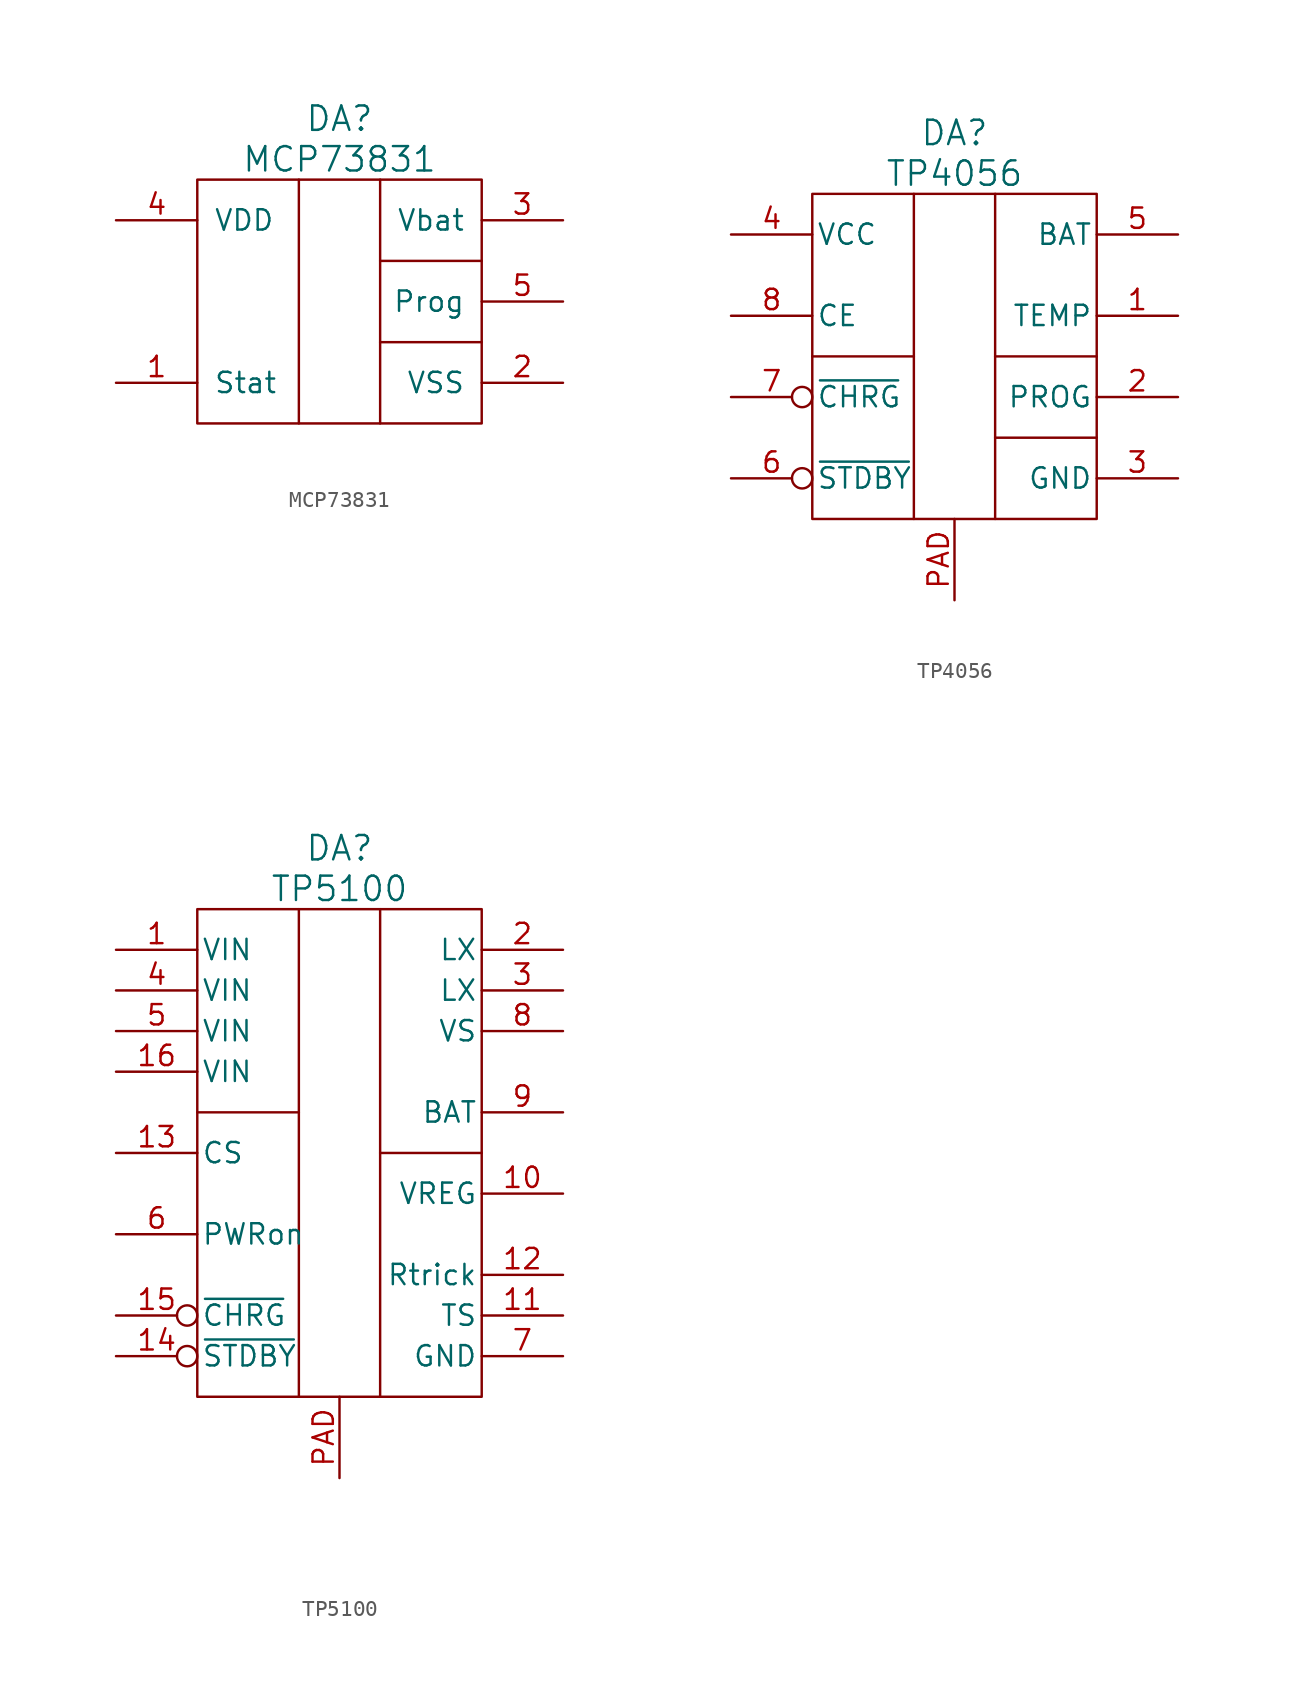
<source format=kicad_sym>
(kicad_symbol_lib
  (version 20220914)
  (generator kicad_symbol_editor)
  (symbol "MCP73831"
    (pin_names
      (offset 1.016))
    (property "Reference" "DA"
      (at 0 11.43 0)
      (effects (font (size 1.524 1.524))))
    (property "Value" "MCP73831"
      (at 0 8.89 0)
      (effects (font (size 1.524 1.524))))
    (property "Datasheet" ""
      (at 0 -8.89 0)
      (effects (font (size 1.524 1.524))))
    (symbol "MCP73831_0_1"
      (rectangle (start -8.89 7.62) (end 8.89 -7.62) (stroke (width 0) (type solid)) (fill (type none)))
      (polyline (pts (xy 2.54 -2.54) (xy 8.89 -2.54)) (stroke (width 0) (type solid)) (fill (type none)))
      (polyline (pts (xy -2.54 7.62) (xy -2.54 -6.35) (xy -2.54 -7.62)) (stroke (width 0) (type solid)) (fill (type none)))
      (polyline (pts (xy 8.89 2.54) (xy 2.54 2.54) (xy 2.54 2.54)) (stroke (width 0) (type solid)) (fill (type none)))
      (polyline (pts (xy 2.54 -7.62) (xy 2.54 7.62) (xy 2.54 7.62) (xy 2.54 7.62)) (stroke (width 0) (type solid)) (fill (type none))))
    (symbol "MCP73831_1_1"
      (pin passive line (at -13.97 -5.08 0) (length 5.08) (name "Stat" (effects (font (size 1.27 1.27)))) (number "1" (effects (font (size 1.27 1.27)))))
      (pin power_in line (at 13.97 -5.08 180) (length 5.08) (name "VSS" (effects (font (size 1.27 1.27)))) (number "2" (effects (font (size 1.27 1.27)))))
      (pin passive line (at 13.97 5.08 180) (length 5.08) (name "Vbat" (effects (font (size 1.27 1.27)))) (number "3" (effects (font (size 1.27 1.27)))))
      (pin power_in line (at -13.97 5.08 0) (length 5.08) (name "VDD" (effects (font (size 1.27 1.27)))) (number "4" (effects (font (size 1.27 1.27)))))
      (pin passive line (at 13.97 0 180) (length 5.08) (name "Prog" (effects (font (size 1.27 1.27)))) (number "5" (effects (font (size 1.27 1.27)))))))
  (symbol "TP4056"
    (pin_names
      (offset 0.254))
    (property "Reference" "DA"
      (at 0 13.97 0)
      (effects (font (size 1.524 1.524))))
    (property "Value" "TP4056"
      (at 0 11.43 0)
      (effects (font (size 1.524 1.524))))
    (property "Datasheet" ""
      (at 5.08 -11.43 0)
      (effects (font (size 1.524 1.524))))
    (symbol "TP4056_0_1"
      (rectangle (start -8.89 10.16) (end 8.89 -10.16) (stroke (width 0) (type solid)) (fill (type none)))
      (polyline (pts (xy 2.54 -5.08) (xy 8.89 -5.08)) (stroke (width 0) (type solid)) (fill (type none)))
      (polyline (pts (xy 2.54 0) (xy 8.89 0)) (stroke (width 0) (type solid)) (fill (type none)))
      (polyline (pts (xy -2.54 0) (xy -8.89 0) (xy -8.89 0)) (stroke (width 0) (type solid)) (fill (type none)))
      (polyline (pts (xy -2.54 10.16) (xy -2.54 -3.81) (xy -2.54 -10.16)) (stroke (width 0) (type solid)) (fill (type none)))
      (polyline (pts (xy 2.54 -10.16) (xy 2.54 10.16) (xy 2.54 10.16) (xy 2.54 10.16)) (stroke (width 0) (type solid)) (fill (type none))))
    (symbol "TP4056_1_1"
      (pin passive line (at 13.97 2.54 180) (length 5.08) (name "TEMP" (effects (font (size 1.27 1.27)))) (number "1" (effects (font (size 1.27 1.27)))))
      (pin passive line (at 13.97 -2.54 180) (length 5.08) (name "PROG" (effects (font (size 1.27 1.27)))) (number "2" (effects (font (size 1.27 1.27)))))
      (pin power_in line (at 13.97 -7.62 180) (length 5.08) (name "GND" (effects (font (size 1.27 1.27)))) (number "3" (effects (font (size 1.27 1.27)))))
      (pin power_in line (at -13.97 7.62 0) (length 5.08) (name "VCC" (effects (font (size 1.27 1.27)))) (number "4" (effects (font (size 1.27 1.27)))))
      (pin passive line (at 13.97 7.62 180) (length 5.08) (name "BAT" (effects (font (size 1.27 1.27)))) (number "5" (effects (font (size 1.27 1.27)))))
      (pin passive inverted (at -13.97 -7.62 0) (length 5.08) (name "~{STDBY}" (effects (font (size 1.27 1.27)))) (number "6" (effects (font (size 1.27 1.27)))))
      (pin passive inverted (at -13.97 -2.54 0) (length 5.08) (name "~{CHRG}" (effects (font (size 1.27 1.27)))) (number "7" (effects (font (size 1.27 1.27)))))
      (pin passive line (at -13.97 2.54 0) (length 5.08) (name "CE" (effects (font (size 1.27 1.27)))) (number "8" (effects (font (size 1.27 1.27)))))
      (pin passive line (at 0 -15.24 90) (length 5.08) (name "~" (effects (font (size 1.27 1.27)))) (number "PAD" (effects (font (size 1.27 1.27)))))))
  (symbol "TP5100"
    (pin_names
      (offset 0.254))
    (property "Reference" "DA"
      (at 0 19.05 0)
      (effects (font (size 1.524 1.524))))
    (property "Value" "TP5100"
      (at 0 16.51 0)
      (effects (font (size 1.524 1.524))))
    (property "Datasheet" ""
      (at 5.08 -22.86 0)
      (effects (font (size 1.524 1.524))))
    (symbol "TP5100_0_1"
      (rectangle (start -8.89 15.24) (end 8.89 -15.24) (stroke (width 0) (type solid)) (fill (type none)))
      (polyline (pts (xy -2.54 2.54) (xy -8.89 2.54) (xy -8.89 2.54)) (stroke (width 0) (type solid)) (fill (type none)))
      (polyline (pts (xy -2.54 15.24) (xy -2.54 1.27) (xy -2.54 -15.24)) (stroke (width 0) (type solid)) (fill (type none)))
      (polyline (pts (xy 8.89 0) (xy 2.54 0) (xy 2.54 0)) (stroke (width 0) (type solid)) (fill (type none)))
      (polyline (pts (xy 2.54 -15.24) (xy 2.54 15.24) (xy 2.54 15.24) (xy 2.54 15.24)) (stroke (width 0) (type solid)) (fill (type none))))
    (symbol "TP5100_1_1"
      (pin power_in line (at -13.97 12.7 0) (length 5.08) (name "VIN" (effects (font (size 1.27 1.27)))) (number "1" (effects (font (size 1.27 1.27)))))
      (pin passive line (at 13.97 -2.54 180) (length 5.08) (name "VREG" (effects (font (size 1.27 1.27)))) (number "10" (effects (font (size 1.27 1.27)))))
      (pin passive line (at 13.97 -10.16 180) (length 5.08) (name "TS" (effects (font (size 1.27 1.27)))) (number "11" (effects (font (size 1.27 1.27)))))
      (pin passive line (at 13.97 -7.62 180) (length 5.08) (name "Rtrick" (effects (font (size 1.27 1.27)))) (number "12" (effects (font (size 1.27 1.27)))))
      (pin passive line (at -13.97 0 0) (length 5.08) (name "CS" (effects (font (size 1.27 1.27)))) (number "13" (effects (font (size 1.27 1.27)))))
      (pin passive inverted (at -13.97 -12.7 0) (length 5.08) (name "~{STDBY}" (effects (font (size 1.27 1.27)))) (number "14" (effects (font (size 1.27 1.27)))))
      (pin passive inverted (at -13.97 -10.16 0) (length 5.08) (name "~{CHRG}" (effects (font (size 1.27 1.27)))) (number "15" (effects (font (size 1.27 1.27)))))
      (pin power_in line (at -13.97 5.08 0) (length 5.08) (name "VIN" (effects (font (size 1.27 1.27)))) (number "16" (effects (font (size 1.27 1.27)))))
      (pin passive line (at 13.97 12.7 180) (length 5.08) (name "LX" (effects (font (size 1.27 1.27)))) (number "2" (effects (font (size 1.27 1.27)))))
      (pin passive line (at 13.97 10.16 180) (length 5.08) (name "LX" (effects (font (size 1.27 1.27)))) (number "3" (effects (font (size 1.27 1.27)))))
      (pin power_in line (at -13.97 10.16 0) (length 5.08) (name "VIN" (effects (font (size 1.27 1.27)))) (number "4" (effects (font (size 1.27 1.27)))))
      (pin power_in line (at -13.97 7.62 0) (length 5.08) (name "VIN" (effects (font (size 1.27 1.27)))) (number "5" (effects (font (size 1.27 1.27)))))
      (pin passive line (at -13.97 -5.08 0) (length 5.08) (name "PWRon" (effects (font (size 1.27 1.27)))) (number "6" (effects (font (size 1.27 1.27)))))
      (pin power_in line (at 13.97 -12.7 180) (length 5.08) (name "GND" (effects (font (size 1.27 1.27)))) (number "7" (effects (font (size 1.27 1.27)))))
      (pin passive line (at 13.97 7.62 180) (length 5.08) (name "VS" (effects (font (size 1.27 1.27)))) (number "8" (effects (font (size 1.27 1.27)))))
      (pin passive line (at 13.97 2.54 180) (length 5.08) (name "BAT" (effects (font (size 1.27 1.27)))) (number "9" (effects (font (size 1.27 1.27)))))
      (pin passive line (at 0 -20.32 90) (length 5.08) (name "~" (effects (font (size 1.27 1.27)))) (number "PAD" (effects (font (size 1.27 1.27))))))))
</source>
